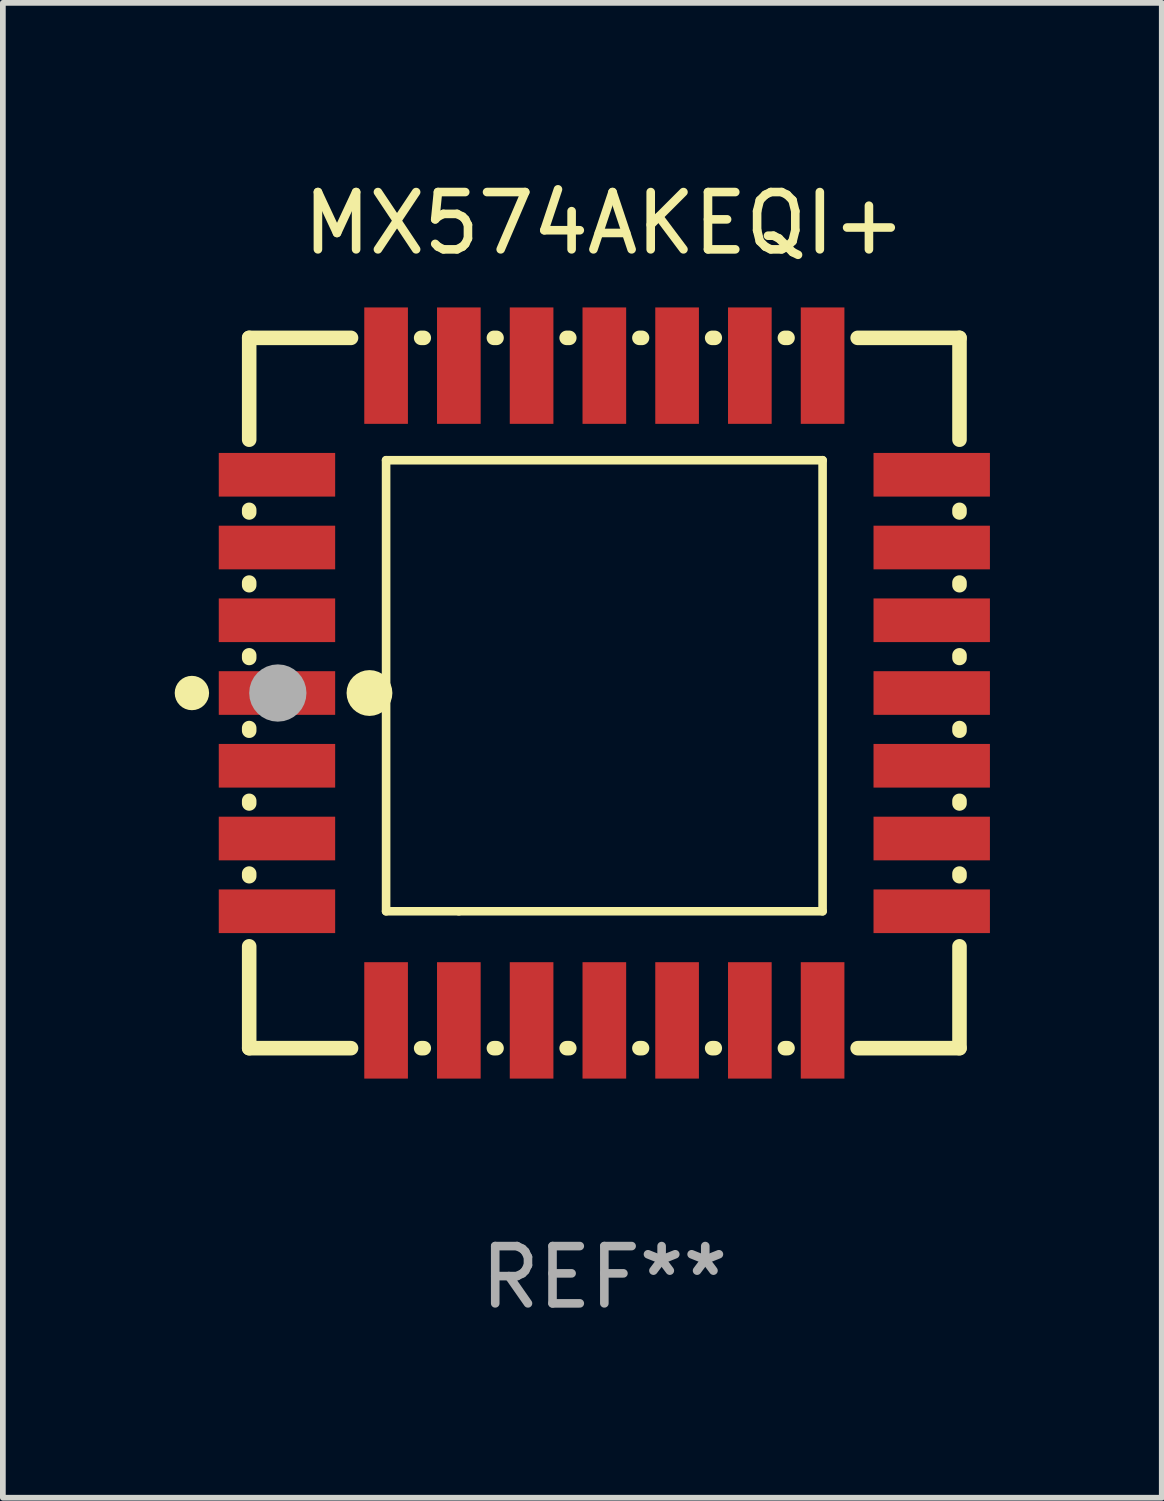
<source format=kicad_pcb>
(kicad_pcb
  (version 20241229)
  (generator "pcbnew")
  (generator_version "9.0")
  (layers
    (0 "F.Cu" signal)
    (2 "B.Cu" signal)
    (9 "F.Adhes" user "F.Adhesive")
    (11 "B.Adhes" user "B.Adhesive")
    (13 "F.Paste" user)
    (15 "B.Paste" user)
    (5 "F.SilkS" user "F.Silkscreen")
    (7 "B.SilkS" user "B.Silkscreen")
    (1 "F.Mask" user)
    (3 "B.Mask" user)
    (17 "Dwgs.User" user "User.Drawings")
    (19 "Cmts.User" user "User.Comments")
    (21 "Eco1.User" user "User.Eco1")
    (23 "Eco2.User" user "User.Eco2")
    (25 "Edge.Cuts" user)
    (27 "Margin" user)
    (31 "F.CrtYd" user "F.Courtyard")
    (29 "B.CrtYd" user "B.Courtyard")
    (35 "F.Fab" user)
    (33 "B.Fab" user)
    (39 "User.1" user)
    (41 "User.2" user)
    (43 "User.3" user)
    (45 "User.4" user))
  (footprint "MX574AKEQI+"
    (layer "F.Cu")
    (at 7.5 9.048)
    (property "Reference" "MX574AKEQI+" (at 0 -8.2 0) (layer "F.SilkS") (effects (font (size 1 1) (thickness 0.15))))
    (attr through_hole)
    (fp_line (start -6.2 -6.2) (end -4.422 -6.2) (stroke (width 0.254) (type solid)) (layer "F.SilkS"))
    (fp_line (start -6.2 -4.422) (end -6.2 -6.2) (stroke (width 0.254) (type solid)) (layer "F.SilkS"))
    (fp_line (start -6.2 -3.152) (end -6.2 -3.198) (stroke (width 0.254) (type solid)) (layer "F.SilkS"))
    (fp_line (start -6.2 -1.882) (end -6.2 -1.928) (stroke (width 0.254) (type solid)) (layer "F.SilkS"))
    (fp_line (start -6.2 -0.612) (end -6.2 -0.658) (stroke (width 0.254) (type solid)) (layer "F.SilkS"))
    (fp_line (start -6.2 0.658) (end -6.2 0.612) (stroke (width 0.254) (type solid)) (layer "F.SilkS"))
    (fp_line (start -6.2 1.928) (end -6.2 1.882) (stroke (width 0.254) (type solid)) (layer "F.SilkS"))
    (fp_line (start -6.2 3.198) (end -6.2 3.152) (stroke (width 0.254) (type solid)) (layer "F.SilkS"))
    (fp_line (start -6.2 6.2) (end -6.2 4.422) (stroke (width 0.254) (type solid)) (layer "F.SilkS"))
    (fp_line (start -4.422 6.2) (end -6.2 6.2) (stroke (width 0.254) (type solid)) (layer "F.SilkS"))
    (fp_line (start -3.81 -4.064) (end 3.81 -4.064) (stroke (width 0.15) (type solid)) (layer "F.SilkS"))
    (fp_line (start -3.81 3.81) (end -3.81 -4.064) (stroke (width 0.15) (type solid)) (layer "F.SilkS"))
    (fp_line (start -3.198 -6.2) (end -3.152 -6.2) (stroke (width 0.254) (type solid)) (layer "F.SilkS"))
    (fp_line (start -3.152 6.2) (end -3.198 6.2) (stroke (width 0.254) (type solid)) (layer "F.SilkS"))
    (fp_line (start -2.54 3.81) (end -3.81 3.81) (stroke (width 0.15) (type solid)) (layer "F.SilkS"))
    (fp_line (start -1.928 -6.2) (end -1.882 -6.2) (stroke (width 0.254) (type solid)) (layer "F.SilkS"))
    (fp_line (start -1.882 6.2) (end -1.928 6.2) (stroke (width 0.254) (type solid)) (layer "F.SilkS"))
    (fp_line (start -0.658 -6.2) (end -0.612 -6.2) (stroke (width 0.254) (type solid)) (layer "F.SilkS"))
    (fp_line (start -0.612 6.2) (end -0.658 6.2) (stroke (width 0.254) (type solid)) (layer "F.SilkS"))
    (fp_line (start 0.612 -6.2) (end 0.658 -6.2) (stroke (width 0.254) (type solid)) (layer "F.SilkS"))
    (fp_line (start 0.658 6.2) (end 0.612 6.2) (stroke (width 0.254) (type solid)) (layer "F.SilkS"))
    (fp_line (start 1.882 -6.2) (end 1.928 -6.2) (stroke (width 0.254) (type solid)) (layer "F.SilkS"))
    (fp_line (start 1.928 6.2) (end 1.882 6.2) (stroke (width 0.254) (type solid)) (layer "F.SilkS"))
    (fp_line (start 3.152 -6.2) (end 3.198 -6.2) (stroke (width 0.254) (type solid)) (layer "F.SilkS"))
    (fp_line (start 3.198 6.2) (end 3.152 6.2) (stroke (width 0.254) (type solid)) (layer "F.SilkS"))
    (fp_line (start 3.81 -4.064) (end 3.81 3.81) (stroke (width 0.15) (type solid)) (layer "F.SilkS"))
    (fp_line (start 3.81 3.81) (end -2.54 3.81) (stroke (width 0.15) (type solid)) (layer "F.SilkS"))
    (fp_line (start 4.422 -6.2) (end 6.2 -6.2) (stroke (width 0.254) (type solid)) (layer "F.SilkS"))
    (fp_line (start 6.2 -6.2) (end 6.2 -4.422) (stroke (width 0.254) (type solid)) (layer "F.SilkS"))
    (fp_line (start 6.2 -3.198) (end 6.2 -3.152) (stroke (width 0.254) (type solid)) (layer "F.SilkS"))
    (fp_line (start 6.2 -1.928) (end 6.2 -1.882) (stroke (width 0.254) (type solid)) (layer "F.SilkS"))
    (fp_line (start 6.2 -0.658) (end 6.2 -0.612) (stroke (width 0.254) (type solid)) (layer "F.SilkS"))
    (fp_line (start 6.2 0.612) (end 6.2 0.658) (stroke (width 0.254) (type solid)) (layer "F.SilkS"))
    (fp_line (start 6.2 1.882) (end 6.2 1.928) (stroke (width 0.254) (type solid)) (layer "F.SilkS"))
    (fp_line (start 6.2 3.152) (end 6.2 3.198) (stroke (width 0.254) (type solid)) (layer "F.SilkS"))
    (fp_line (start 6.2 4.422) (end 6.2 6.2) (stroke (width 0.254) (type solid)) (layer "F.SilkS"))
    (fp_line (start 6.2 6.2) (end 4.422 6.2) (stroke (width 0.254) (type solid)) (layer "F.SilkS"))
    (fp_circle (center -7.2 0) (end -7.05 0) (stroke (width 0.3) (type solid)) (fill no) (layer "F.SilkS"))
    (fp_circle (center -6.223 6.223) (end -6.193 6.223) (stroke (width 0.06) (type solid)) (fill no) (layer "F.SilkS"))
    (fp_circle (center -4.1 0) (end -3.9 0) (stroke (width 0.4) (type solid)) (fill no) (layer "F.SilkS"))
    (fp_circle (center -5.7 0) (end -5.45 0) (stroke (width 0.5) (type solid)) (fill no) (layer "F.Fab"))
    (fp_text user "REF**" (at 0 10.2 0) (layer "F.Fab") (effects (font (size 1 1) (thickness 0.15))))
    (pad "1" smd rect (at -5.715 0) (size 2.032 0.762) (layers "F.Cu" "F.Mask" "F.Paste"))
    (pad "2" smd rect (at -5.715 1.27) (size 2.032 0.762) (layers "F.Cu" "F.Mask" "F.Paste"))
    (pad "3" smd rect (at -5.715 2.54) (size 2.032 0.762) (layers "F.Cu" "F.Mask" "F.Paste"))
    (pad "4" smd rect (at -5.715 3.81) (size 2.032 0.762) (layers "F.Cu" "F.Mask" "F.Paste"))
    (pad "5" smd rect (at -3.81 5.715) (size 0.762 2.032) (layers "F.Cu" "F.Mask" "F.Paste"))
    (pad "6" smd rect (at -2.54 5.715) (size 0.762 2.032) (layers "F.Cu" "F.Mask" "F.Paste"))
    (pad "7" smd rect (at -1.27 5.715) (size 0.762 2.032) (layers "F.Cu" "F.Mask" "F.Paste"))
    (pad "8" smd rect (at 0 5.715) (size 0.762 2.032) (layers "F.Cu" "F.Mask" "F.Paste"))
    (pad "9" smd rect (at 1.27 5.715) (size 0.762 2.032) (layers "F.Cu" "F.Mask" "F.Paste"))
    (pad "10" smd rect (at 2.54 5.715) (size 0.762 2.032) (layers "F.Cu" "F.Mask" "F.Paste"))
    (pad "11" smd rect (at 3.81 5.715) (size 0.762 2.032) (layers "F.Cu" "F.Mask" "F.Paste"))
    (pad "12" smd rect (at 5.715 3.81) (size 2.032 0.762) (layers "F.Cu" "F.Mask" "F.Paste"))
    (pad "13" smd rect (at 5.715 2.54) (size 2.032 0.762) (layers "F.Cu" "F.Mask" "F.Paste"))
    (pad "14" smd rect (at 5.715 1.27) (size 2.032 0.762) (layers "F.Cu" "F.Mask" "F.Paste"))
    (pad "15" smd rect (at 5.715 0) (size 2.032 0.762) (layers "F.Cu" "F.Mask" "F.Paste"))
    (pad "16" smd rect (at 5.715 -1.27) (size 2.032 0.762) (layers "F.Cu" "F.Mask" "F.Paste"))
    (pad "17" smd rect (at 5.715 -2.54) (size 2.032 0.762) (layers "F.Cu" "F.Mask" "F.Paste"))
    (pad "18" smd rect (at 5.715 -3.81) (size 2.032 0.762) (layers "F.Cu" "F.Mask" "F.Paste"))
    (pad "19" smd rect (at 3.81 -5.715) (size 0.762 2.032) (layers "F.Cu" "F.Mask" "F.Paste"))
    (pad "20" smd rect (at 2.54 -5.715) (size 0.762 2.032) (layers "F.Cu" "F.Mask" "F.Paste"))
    (pad "21" smd rect (at 1.27 -5.715) (size 0.762 2.032) (layers "F.Cu" "F.Mask" "F.Paste"))
    (pad "22" smd rect (at 0 -5.715) (size 0.762 2.032) (layers "F.Cu" "F.Mask" "F.Paste"))
    (pad "23" smd rect (at -1.27 -5.715) (size 0.762 2.032) (layers "F.Cu" "F.Mask" "F.Paste"))
    (pad "24" smd rect (at -2.54 -5.715) (size 0.762 2.032) (layers "F.Cu" "F.Mask" "F.Paste"))
    (pad "25" smd rect (at -3.81 -5.715) (size 0.762 2.032) (layers "F.Cu" "F.Mask" "F.Paste"))
    (pad "26" smd rect (at -5.715 -3.81) (size 2.032 0.762) (layers "F.Cu" "F.Mask" "F.Paste"))
    (pad "27" smd rect (at -5.715 -2.54) (size 2.032 0.762) (layers "F.Cu" "F.Mask" "F.Paste"))
    (pad "28" smd rect (at -5.715 -1.27) (size 2.032 0.762) (layers "F.Cu" "F.Mask" "F.Paste")))
  (gr_rect
    (start -3 -3)
    (end 17.231 23.096)
    (stroke (width 0.1) (type default))
    (fill no)
    (layer "Edge.Cuts")))
</source>
